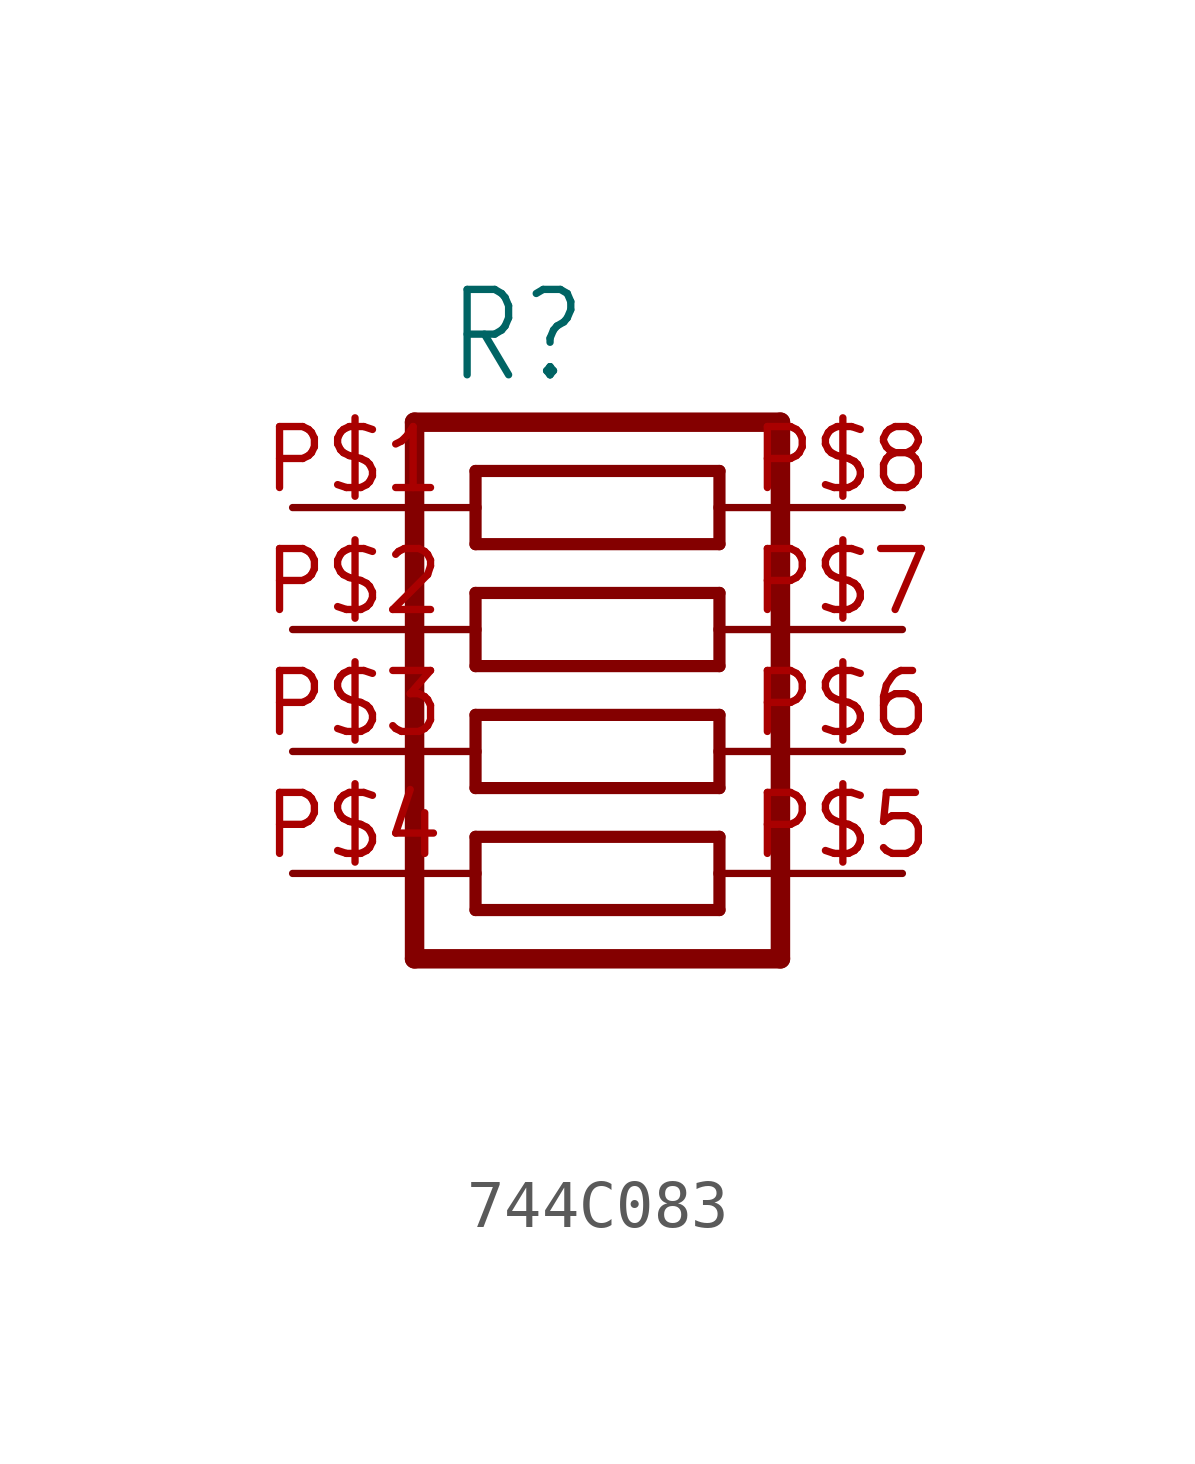
<source format=kicad_sym>
(kicad_symbol_lib
  (version 20220914)
  (generator kicad_symbol_editor)
  (symbol "744C083"
    (property "Reference" "R"
      (at -1.905 5.08 0)
      (effects (font (size 1.778 1.511)) (justify left bottom)))
    (property "Value" ""
      (at -2.54 -9.398 0)
      (effects (font (size 1.778 1.511)) (justify left bottom)))
    (property "ki_locked" ""
      (at 0 0 0)
      (effects (font (size 1.27 1.27))))
    (symbol "744C083_1_0"
      (polyline (pts (xy -2.54 -5.08) (xy -1.27 -5.08)) (stroke (width 0.152) (type solid)) (fill (type none)))
      (polyline (pts (xy -2.54 -2.54) (xy -1.27 -2.54)) (stroke (width 0.152) (type solid)) (fill (type none)))
      (polyline (pts (xy -2.54 0) (xy -1.27 0)) (stroke (width 0.152) (type solid)) (fill (type none)))
      (polyline (pts (xy -2.54 4.318) (xy -2.54 -6.858)) (stroke (width 0.406) (type solid)) (fill (type none)))
      (polyline (pts (xy -1.27 -5.842) (xy 3.81 -5.842)) (stroke (width 0.254) (type solid)) (fill (type none)))
      (polyline (pts (xy -1.27 -5.08) (xy -1.27 -5.842)) (stroke (width 0.254) (type solid)) (fill (type none)))
      (polyline (pts (xy -1.27 -4.318) (xy -1.27 -5.08)) (stroke (width 0.254) (type solid)) (fill (type none)))
      (polyline (pts (xy -1.27 -3.302) (xy 3.81 -3.302)) (stroke (width 0.254) (type solid)) (fill (type none)))
      (polyline (pts (xy -1.27 -2.54) (xy -1.27 -3.302)) (stroke (width 0.254) (type solid)) (fill (type none)))
      (polyline (pts (xy -1.27 -1.778) (xy -1.27 -2.54)) (stroke (width 0.254) (type solid)) (fill (type none)))
      (polyline (pts (xy -1.27 -0.762) (xy 3.81 -0.762)) (stroke (width 0.254) (type solid)) (fill (type none)))
      (polyline (pts (xy -1.27 0) (xy -1.27 -0.762)) (stroke (width 0.254) (type solid)) (fill (type none)))
      (polyline (pts (xy -1.27 0.762) (xy -1.27 0)) (stroke (width 0.254) (type solid)) (fill (type none)))
      (polyline (pts (xy -1.27 1.778) (xy 3.81 1.778)) (stroke (width 0.254) (type solid)) (fill (type none)))
      (polyline (pts (xy -1.27 2.54) (xy -2.54 2.54)) (stroke (width 0.152) (type solid)) (fill (type none)))
      (polyline (pts (xy -1.27 2.54) (xy -1.27 1.778)) (stroke (width 0.254) (type solid)) (fill (type none)))
      (polyline (pts (xy -1.27 3.302) (xy -1.27 2.54)) (stroke (width 0.254) (type solid)) (fill (type none)))
      (polyline (pts (xy 3.81 -5.842) (xy 3.81 -5.08)) (stroke (width 0.254) (type solid)) (fill (type none)))
      (polyline (pts (xy 3.81 -5.08) (xy 3.81 -4.318)) (stroke (width 0.254) (type solid)) (fill (type none)))
      (polyline (pts (xy 3.81 -4.318) (xy -1.27 -4.318)) (stroke (width 0.254) (type solid)) (fill (type none)))
      (polyline (pts (xy 3.81 -3.302) (xy 3.81 -2.54)) (stroke (width 0.254) (type solid)) (fill (type none)))
      (polyline (pts (xy 3.81 -2.54) (xy 3.81 -1.778)) (stroke (width 0.254) (type solid)) (fill (type none)))
      (polyline (pts (xy 3.81 -1.778) (xy -1.27 -1.778)) (stroke (width 0.254) (type solid)) (fill (type none)))
      (polyline (pts (xy 3.81 -0.762) (xy 3.81 0)) (stroke (width 0.254) (type solid)) (fill (type none)))
      (polyline (pts (xy 3.81 0) (xy 3.81 0.762)) (stroke (width 0.254) (type solid)) (fill (type none)))
      (polyline (pts (xy 3.81 0.762) (xy -1.27 0.762)) (stroke (width 0.254) (type solid)) (fill (type none)))
      (polyline (pts (xy 3.81 1.778) (xy 3.81 2.54)) (stroke (width 0.254) (type solid)) (fill (type none)))
      (polyline (pts (xy 3.81 2.54) (xy 3.81 3.302)) (stroke (width 0.254) (type solid)) (fill (type none)))
      (polyline (pts (xy 3.81 2.54) (xy 5.08 2.54)) (stroke (width 0.152) (type solid)) (fill (type none)))
      (polyline (pts (xy 3.81 3.302) (xy -1.27 3.302)) (stroke (width 0.254) (type solid)) (fill (type none)))
      (polyline (pts (xy 5.08 -6.858) (xy -2.54 -6.858)) (stroke (width 0.406) (type solid)) (fill (type none)))
      (polyline (pts (xy 5.08 -5.08) (xy 3.81 -5.08)) (stroke (width 0.152) (type solid)) (fill (type none)))
      (polyline (pts (xy 5.08 -2.54) (xy 3.81 -2.54)) (stroke (width 0.152) (type solid)) (fill (type none)))
      (polyline (pts (xy 5.08 0) (xy 3.81 0)) (stroke (width 0.152) (type solid)) (fill (type none)))
      (polyline (pts (xy 5.08 4.318) (xy -2.54 4.318)) (stroke (width 0.406) (type solid)) (fill (type none)))
      (polyline (pts (xy 5.08 4.318) (xy 5.08 -6.858)) (stroke (width 0.406) (type solid)) (fill (type none)))
      (pin passive line (at -5.08 2.54 0) (length 2.54) (name "1" (effects (font (size 0 0)))) (number "P$1" (effects (font (size 1.27 1.27)))))
      (pin passive line (at -5.08 0 0) (length 2.54) (name "2" (effects (font (size 0 0)))) (number "P$2" (effects (font (size 1.27 1.27)))))
      (pin passive line (at -5.08 -2.54 0) (length 2.54) (name "3" (effects (font (size 0 0)))) (number "P$3" (effects (font (size 1.27 1.27)))))
      (pin passive line (at -5.08 -5.08 0) (length 2.54) (name "4" (effects (font (size 0 0)))) (number "P$4" (effects (font (size 1.27 1.27)))))
      (pin passive line (at 7.62 -5.08 180) (length 2.54) (name "5" (effects (font (size 0 0)))) (number "P$5" (effects (font (size 1.27 1.27)))))
      (pin passive line (at 7.62 -2.54 180) (length 2.54) (name "6" (effects (font (size 0 0)))) (number "P$6" (effects (font (size 1.27 1.27)))))
      (pin passive line (at 7.62 0 180) (length 2.54) (name "7" (effects (font (size 0 0)))) (number "P$7" (effects (font (size 1.27 1.27)))))
      (pin passive line (at 7.62 2.54 180) (length 2.54) (name "8" (effects (font (size 0 0)))) (number "P$8" (effects (font (size 1.27 1.27))))))))
</source>
